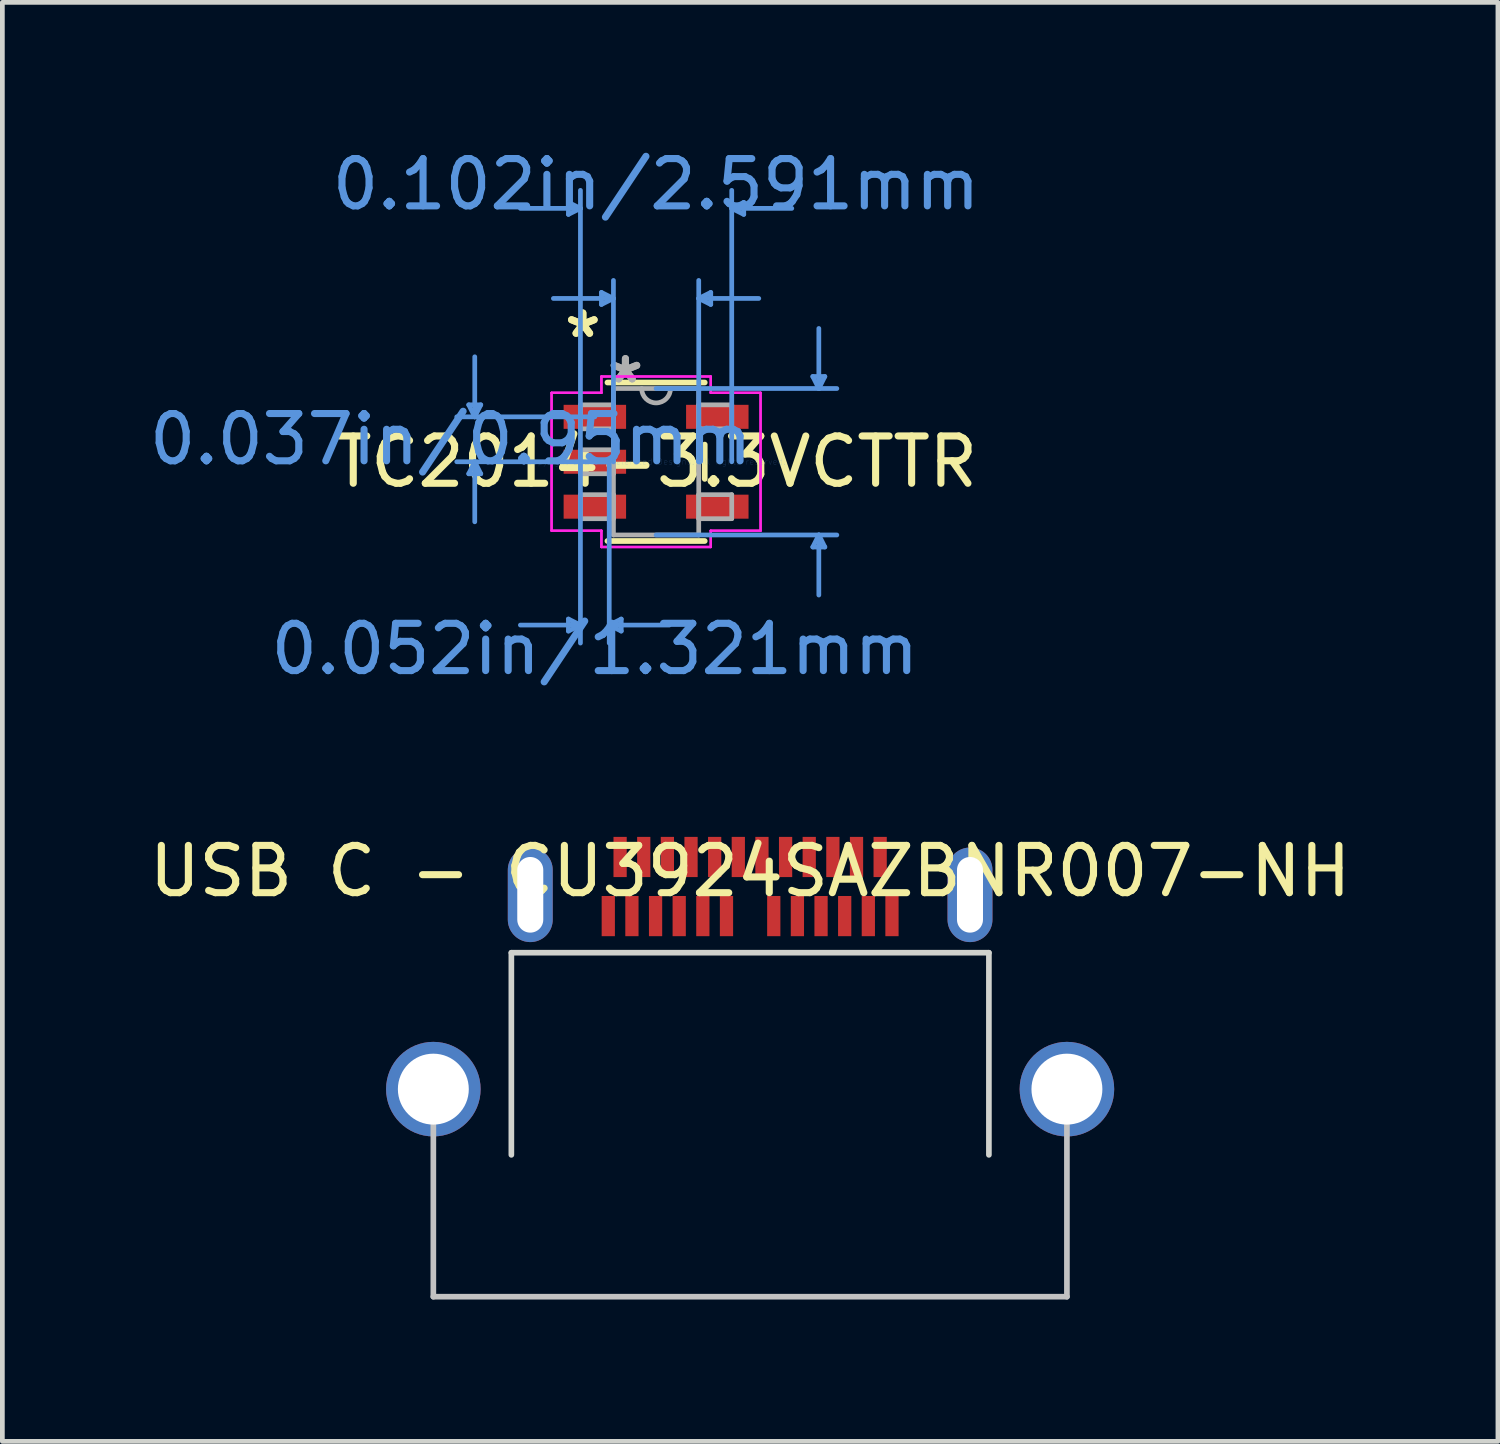
<source format=kicad_pcb>
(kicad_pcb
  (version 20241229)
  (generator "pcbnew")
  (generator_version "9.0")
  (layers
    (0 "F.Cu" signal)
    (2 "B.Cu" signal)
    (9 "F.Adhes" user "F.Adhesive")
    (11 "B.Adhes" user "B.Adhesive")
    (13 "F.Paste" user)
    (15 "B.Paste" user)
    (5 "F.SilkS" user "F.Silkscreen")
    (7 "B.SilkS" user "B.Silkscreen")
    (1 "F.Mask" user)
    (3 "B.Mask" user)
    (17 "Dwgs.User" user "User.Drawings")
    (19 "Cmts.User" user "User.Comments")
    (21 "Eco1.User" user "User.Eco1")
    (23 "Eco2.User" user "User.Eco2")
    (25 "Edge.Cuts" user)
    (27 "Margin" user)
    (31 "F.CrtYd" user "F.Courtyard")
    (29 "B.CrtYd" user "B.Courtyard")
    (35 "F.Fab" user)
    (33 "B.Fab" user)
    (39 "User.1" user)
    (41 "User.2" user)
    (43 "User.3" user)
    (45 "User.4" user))
  (footprint "TC2014-3.3VCTTR"
    (layer "F.Cu")
    (at 10.826 6.716)
    (property "Reference" "TC2014-3.3VCTTR" (at 0 0 0) (layer "F.SilkS") (effects (font (size 1 1) (thickness 0.15))))
    (attr through_hole)
    (fp_line (start -1.029 1.676) (end 1.029 1.676) (stroke (width 0.12) (type solid)) (layer "F.SilkS"))
    (fp_line (start 1.029 -1.676) (end -1.029 -1.676) (stroke (width 0.12) (type solid)) (layer "F.SilkS"))
    (fp_line (start 1.029 0.363) (end 1.029 -0.363) (stroke (width 0.12) (type solid)) (layer "F.SilkS"))
    (fp_line (start -3.962 -1.204) (end -3.708 -1.204) (stroke (width 0.1) (type solid)) (layer "Cmts.User"))
    (fp_line (start -3.962 0.254) (end -3.708 0.254) (stroke (width 0.1) (type solid)) (layer "Cmts.User"))
    (fp_line (start -3.835 -0.95) (end -3.962 -1.204) (stroke (width 0.1) (type solid)) (layer "Cmts.User"))
    (fp_line (start -3.835 -0.95) (end -3.835 -2.22) (stroke (width 0.1) (type solid)) (layer "Cmts.User"))
    (fp_line (start -3.835 -0.95) (end -3.708 -1.204) (stroke (width 0.1) (type solid)) (layer "Cmts.User"))
    (fp_line (start -3.835 0) (end -3.962 0.254) (stroke (width 0.1) (type solid)) (layer "Cmts.User"))
    (fp_line (start -3.835 0) (end -3.835 1.27) (stroke (width 0.1) (type solid)) (layer "Cmts.User"))
    (fp_line (start -3.835 0) (end -3.708 0.254) (stroke (width 0.1) (type solid)) (layer "Cmts.User"))
    (fp_line (start -1.854 -5.486) (end -1.854 -5.232) (stroke (width 0.1) (type solid)) (layer "Cmts.User"))
    (fp_line (start -1.854 3.327) (end -1.854 3.581) (stroke (width 0.1) (type solid)) (layer "Cmts.User"))
    (fp_line (start -1.6 -5.359) (end -2.87 -5.359) (stroke (width 0.1) (type solid)) (layer "Cmts.User"))
    (fp_line (start -1.6 -5.359) (end -1.854 -5.486) (stroke (width 0.1) (type solid)) (layer "Cmts.User"))
    (fp_line (start -1.6 -5.359) (end -1.854 -5.232) (stroke (width 0.1) (type solid)) (layer "Cmts.User"))
    (fp_line (start -1.6 0) (end -1.6 -5.74) (stroke (width 0.1) (type solid)) (layer "Cmts.User"))
    (fp_line (start -1.6 0) (end -1.6 3.835) (stroke (width 0.1) (type solid)) (layer "Cmts.User"))
    (fp_line (start -1.6 3.454) (end -2.87 3.454) (stroke (width 0.1) (type solid)) (layer "Cmts.User"))
    (fp_line (start -1.6 3.454) (end -1.854 3.327) (stroke (width 0.1) (type solid)) (layer "Cmts.User"))
    (fp_line (start -1.6 3.454) (end -1.854 3.581) (stroke (width 0.1) (type solid)) (layer "Cmts.User"))
    (fp_line (start -1.295 -0.95) (end -4.216 -0.95) (stroke (width 0.1) (type solid)) (layer "Cmts.User"))
    (fp_line (start -1.295 0) (end -4.216 0) (stroke (width 0.1) (type solid)) (layer "Cmts.User"))
    (fp_line (start -1.156 -3.581) (end -1.156 -3.327) (stroke (width 0.1) (type solid)) (layer "Cmts.User"))
    (fp_line (start -0.991 0) (end -0.991 3.835) (stroke (width 0.1) (type solid)) (layer "Cmts.User"))
    (fp_line (start -0.991 3.454) (end -0.737 3.327) (stroke (width 0.1) (type solid)) (layer "Cmts.User"))
    (fp_line (start -0.991 3.454) (end -0.737 3.581) (stroke (width 0.1) (type solid)) (layer "Cmts.User"))
    (fp_line (start -0.991 3.454) (end 0.279 3.454) (stroke (width 0.1) (type solid)) (layer "Cmts.User"))
    (fp_line (start -0.902 -3.454) (end -2.172 -3.454) (stroke (width 0.1) (type solid)) (layer "Cmts.User"))
    (fp_line (start -0.902 -3.454) (end -1.156 -3.581) (stroke (width 0.1) (type solid)) (layer "Cmts.User"))
    (fp_line (start -0.902 -3.454) (end -1.156 -3.327) (stroke (width 0.1) (type solid)) (layer "Cmts.User"))
    (fp_line (start -0.902 0) (end -0.902 -3.835) (stroke (width 0.1) (type solid)) (layer "Cmts.User"))
    (fp_line (start -0.737 3.327) (end -0.737 3.581) (stroke (width 0.1) (type solid)) (layer "Cmts.User"))
    (fp_line (start 0 -1.549) (end 3.823 -1.549) (stroke (width 0.1) (type solid)) (layer "Cmts.User"))
    (fp_line (start 0 1.549) (end 3.823 1.549) (stroke (width 0.1) (type solid)) (layer "Cmts.User"))
    (fp_line (start 0.902 -3.454) (end 1.156 -3.581) (stroke (width 0.1) (type solid)) (layer "Cmts.User"))
    (fp_line (start 0.902 -3.454) (end 1.156 -3.327) (stroke (width 0.1) (type solid)) (layer "Cmts.User"))
    (fp_line (start 0.902 -3.454) (end 2.172 -3.454) (stroke (width 0.1) (type solid)) (layer "Cmts.User"))
    (fp_line (start 0.902 0) (end 0.902 -3.835) (stroke (width 0.1) (type solid)) (layer "Cmts.User"))
    (fp_line (start 1.156 -3.581) (end 1.156 -3.327) (stroke (width 0.1) (type solid)) (layer "Cmts.User"))
    (fp_line (start 1.6 -5.359) (end 1.854 -5.486) (stroke (width 0.1) (type solid)) (layer "Cmts.User"))
    (fp_line (start 1.6 -5.359) (end 1.854 -5.232) (stroke (width 0.1) (type solid)) (layer "Cmts.User"))
    (fp_line (start 1.6 -5.359) (end 2.87 -5.359) (stroke (width 0.1) (type solid)) (layer "Cmts.User"))
    (fp_line (start 1.6 0) (end 1.6 -5.74) (stroke (width 0.1) (type solid)) (layer "Cmts.User"))
    (fp_line (start 1.854 -5.486) (end 1.854 -5.232) (stroke (width 0.1) (type solid)) (layer "Cmts.User"))
    (fp_line (start 3.315 -1.803) (end 3.569 -1.803) (stroke (width 0.1) (type solid)) (layer "Cmts.User"))
    (fp_line (start 3.315 1.803) (end 3.569 1.803) (stroke (width 0.1) (type solid)) (layer "Cmts.User"))
    (fp_line (start 3.442 -1.549) (end 3.315 -1.803) (stroke (width 0.1) (type solid)) (layer "Cmts.User"))
    (fp_line (start 3.442 -1.549) (end 3.442 -2.819) (stroke (width 0.1) (type solid)) (layer "Cmts.User"))
    (fp_line (start 3.442 -1.549) (end 3.569 -1.803) (stroke (width 0.1) (type solid)) (layer "Cmts.User"))
    (fp_line (start 3.442 1.549) (end 3.315 1.803) (stroke (width 0.1) (type solid)) (layer "Cmts.User"))
    (fp_line (start 3.442 1.549) (end 3.442 2.819) (stroke (width 0.1) (type solid)) (layer "Cmts.User"))
    (fp_line (start 3.442 1.549) (end 3.569 1.803) (stroke (width 0.1) (type solid)) (layer "Cmts.User"))
    (fp_line (start -2.21 -1.458) (end -1.156 -1.458) (stroke (width 0.05) (type solid)) (layer "F.CrtYd"))
    (fp_line (start -2.21 -1.458) (end -1.156 -1.458) (stroke (width 0.05) (type solid)) (layer "F.CrtYd"))
    (fp_line (start -2.21 1.458) (end -2.21 -1.458) (stroke (width 0.05) (type solid)) (layer "F.CrtYd"))
    (fp_line (start -2.21 1.458) (end -2.21 -1.458) (stroke (width 0.05) (type solid)) (layer "F.CrtYd"))
    (fp_line (start -1.156 -1.803) (end 1.156 -1.803) (stroke (width 0.05) (type solid)) (layer "F.CrtYd"))
    (fp_line (start -1.156 -1.803) (end 1.156 -1.803) (stroke (width 0.05) (type solid)) (layer "F.CrtYd"))
    (fp_line (start -1.156 -1.458) (end -1.156 -1.803) (stroke (width 0.05) (type solid)) (layer "F.CrtYd"))
    (fp_line (start -1.156 -1.458) (end -1.156 -1.803) (stroke (width 0.05) (type solid)) (layer "F.CrtYd"))
    (fp_line (start -1.156 1.458) (end -2.21 1.458) (stroke (width 0.05) (type solid)) (layer "F.CrtYd"))
    (fp_line (start -1.156 1.458) (end -2.21 1.458) (stroke (width 0.05) (type solid)) (layer "F.CrtYd"))
    (fp_line (start -1.156 1.803) (end -1.156 1.458) (stroke (width 0.05) (type solid)) (layer "F.CrtYd"))
    (fp_line (start -1.156 1.803) (end -1.156 1.458) (stroke (width 0.05) (type solid)) (layer "F.CrtYd"))
    (fp_line (start 1.156 -1.803) (end 1.156 -1.458) (stroke (width 0.05) (type solid)) (layer "F.CrtYd"))
    (fp_line (start 1.156 -1.803) (end 1.156 -1.458) (stroke (width 0.05) (type solid)) (layer "F.CrtYd"))
    (fp_line (start 1.156 -1.458) (end 2.21 -1.458) (stroke (width 0.05) (type solid)) (layer "F.CrtYd"))
    (fp_line (start 1.156 -1.458) (end 2.21 -1.458) (stroke (width 0.05) (type solid)) (layer "F.CrtYd"))
    (fp_line (start 1.156 1.458) (end 1.156 1.803) (stroke (width 0.05) (type solid)) (layer "F.CrtYd"))
    (fp_line (start 1.156 1.458) (end 1.156 1.803) (stroke (width 0.05) (type solid)) (layer "F.CrtYd"))
    (fp_line (start 1.156 1.803) (end -1.156 1.803) (stroke (width 0.05) (type solid)) (layer "F.CrtYd"))
    (fp_line (start 1.156 1.803) (end -1.156 1.803) (stroke (width 0.05) (type solid)) (layer "F.CrtYd"))
    (fp_line (start 2.21 -1.458) (end 2.21 1.458) (stroke (width 0.05) (type solid)) (layer "F.CrtYd"))
    (fp_line (start 2.21 -1.458) (end 2.21 1.458) (stroke (width 0.05) (type solid)) (layer "F.CrtYd"))
    (fp_line (start 2.21 1.458) (end 1.156 1.458) (stroke (width 0.05) (type solid)) (layer "F.CrtYd"))
    (fp_line (start 2.21 1.458) (end 1.156 1.458) (stroke (width 0.05) (type solid)) (layer "F.CrtYd"))
    (fp_line (start -1.6 -1.204) (end -1.6 -0.696) (stroke (width 0.1) (type solid)) (layer "F.Fab"))
    (fp_line (start -1.6 -0.696) (end -0.902 -0.696) (stroke (width 0.1) (type solid)) (layer "F.Fab"))
    (fp_line (start -1.6 -0.254) (end -1.6 0.254) (stroke (width 0.1) (type solid)) (layer "F.Fab"))
    (fp_line (start -1.6 0.254) (end -0.902 0.254) (stroke (width 0.1) (type solid)) (layer "F.Fab"))
    (fp_line (start -1.6 0.696) (end -1.6 1.204) (stroke (width 0.1) (type solid)) (layer "F.Fab"))
    (fp_line (start -1.6 1.204) (end -0.902 1.204) (stroke (width 0.1) (type solid)) (layer "F.Fab"))
    (fp_line (start -0.902 -1.549) (end -0.902 1.549) (stroke (width 0.1) (type solid)) (layer "F.Fab"))
    (fp_line (start -0.902 -1.204) (end -1.6 -1.204) (stroke (width 0.1) (type solid)) (layer "F.Fab"))
    (fp_line (start -0.902 -0.696) (end -0.902 -1.204) (stroke (width 0.1) (type solid)) (layer "F.Fab"))
    (fp_line (start -0.902 -0.254) (end -1.6 -0.254) (stroke (width 0.1) (type solid)) (layer "F.Fab"))
    (fp_line (start -0.902 0.254) (end -0.902 -0.254) (stroke (width 0.1) (type solid)) (layer "F.Fab"))
    (fp_line (start -0.902 0.696) (end -1.6 0.696) (stroke (width 0.1) (type solid)) (layer "F.Fab"))
    (fp_line (start -0.902 1.204) (end -0.902 0.696) (stroke (width 0.1) (type solid)) (layer "F.Fab"))
    (fp_line (start -0.902 1.549) (end 0.902 1.549) (stroke (width 0.1) (type solid)) (layer "F.Fab"))
    (fp_line (start 0.902 -1.549) (end -0.902 -1.549) (stroke (width 0.1) (type solid)) (layer "F.Fab"))
    (fp_line (start 0.902 -1.204) (end 0.902 -0.696) (stroke (width 0.1) (type solid)) (layer "F.Fab"))
    (fp_line (start 0.902 -0.696) (end 1.6 -0.696) (stroke (width 0.1) (type solid)) (layer "F.Fab"))
    (fp_line (start 0.902 0.696) (end 0.902 1.204) (stroke (width 0.1) (type solid)) (layer "F.Fab"))
    (fp_line (start 0.902 1.204) (end 1.6 1.204) (stroke (width 0.1) (type solid)) (layer "F.Fab"))
    (fp_line (start 0.902 1.549) (end 0.902 -1.549) (stroke (width 0.1) (type solid)) (layer "F.Fab"))
    (fp_line (start 1.6 -1.204) (end 0.902 -1.204) (stroke (width 0.1) (type solid)) (layer "F.Fab"))
    (fp_line (start 1.6 -0.696) (end 1.6 -1.204) (stroke (width 0.1) (type solid)) (layer "F.Fab"))
    (fp_line (start 1.6 0.696) (end 0.902 0.696) (stroke (width 0.1) (type solid)) (layer "F.Fab"))
    (fp_line (start 1.6 1.204) (end 1.6 0.696) (stroke (width 0.1) (type solid)) (layer "F.Fab"))
    (fp_arc (start 0.3048 -1.5494) (mid 0 -1.2446) (end -0.3048 -1.5494) (stroke (width 0.1) (type solid)) (layer "F.Fab"))
    (fp_text user "*" (at -1.549 -2.601 0) (layer "F.SilkS") (effects (font (size 1 1) (thickness 0.15))))
    (fp_text user "*" (at -1.549 -2.601 0) (layer "F.SilkS") (effects (font (size 1 1) (thickness 0.15))))
    (fp_text user "0.037in/0.95mm" (at -4.343 -0.475 0) (layer "Cmts.User") (effects (font (size 1 1) (thickness 0.15))))
    (fp_text user "0.052in/1.321mm" (at -1.295 3.962 0) (layer "Cmts.User") (effects (font (size 1 1) (thickness 0.15))))
    (fp_text user "Copyright 2021 Accelerated Designs. All rights reserved." (at 0 0 0) (layer "Cmts.User") (effects (font (size 0.127 0.127) (thickness 0.002))))
    (fp_text user "0.102in/2.591mm" (at 0 -5.867 0) (layer "Cmts.User") (effects (font (size 1 1) (thickness 0.15))))
    (fp_text user "*" (at -0.648 -1.636 0) (layer "F.Fab") (effects (font (size 1 1) (thickness 0.15))))
    (fp_text user "*" (at -0.648 -1.636 0) (layer "F.Fab") (effects (font (size 1 1) (thickness 0.15))))
    (pad "1" smd rect (at -1.295 -0.95) (size 1.321 0.508) (layers "F.Cu" "F.Mask" "F.Paste"))
    (pad "2" smd rect (at -1.295 0) (size 1.321 0.508) (layers "F.Cu" "F.Mask" "F.Paste"))
    (pad "3" smd rect (at -1.295 0.95) (size 1.321 0.508) (layers "F.Cu" "F.Mask" "F.Paste"))
    (pad "4" smd rect (at 1.295 0.95) (size 1.321 0.508) (layers "F.Cu" "F.Mask" "F.Paste"))
    (pad "5" smd rect (at 1.295 -0.95) (size 1.321 0.508) (layers "F.Cu" "F.Mask" "F.Paste")))
  (footprint "USB C - CU3924SAZBNR007-NH"
    (layer "F.Cu")
    (at 12.815 15.875)
    (property "Reference" "USB C - CU3924SAZBNR007-NH" (at 0 -0.5 0) (unlocked yes) (layer "F.SilkS") (effects (font (size 1 1) (thickness 0.15))))
    (attr smd)
    (fp_line (start -6.7 4.1) (end -6.7 8.5) (stroke (width 0.12) (type solid)) (layer "Dwgs.User"))
    (fp_line (start -6.7 8.5) (end 6.7 8.5) (stroke (width 0.12) (type solid)) (layer "Dwgs.User"))
    (fp_line (start 6.7 8.5) (end 6.7 4.1) (stroke (width 0.12) (type solid)) (layer "Dwgs.User"))
    (fp_line (start -5.05 1.225) (end -5.05 5.5) (stroke (width 0.12) (type solid)) (layer "Edge.Cuts"))
    (fp_line (start 5.05 1.225) (end -5.05 1.225) (stroke (width 0.12) (type solid)) (layer "Edge.Cuts"))
    (fp_line (start 5.05 5.5) (end 5.05 1.225) (stroke (width 0.12) (type solid)) (layer "Edge.Cuts"))
    (pad "" np_thru_hole circle (at -6.7 4.11) (size 2 2) (drill 1.5) (layers "*.Cu" "*.Mask"))
    (pad "" np_thru_hole circle (at 6.7 4.11) (size 2 2) (drill 1.5) (layers "*.Cu" "*.Mask"))
    (pad "A1" smd rect (at -2.75 -0.8) (size 0.28 0.85) (layers "F.Cu" "F.Mask" "F.Paste"))
    (pad "A2" smd rect (at -2.25 -0.8) (size 0.28 0.85) (layers "F.Cu" "F.Mask" "F.Paste"))
    (pad "A3" smd rect (at -1.75 -0.8) (size 0.28 0.85) (layers "F.Cu" "F.Mask" "F.Paste"))
    (pad "A4" smd rect (at -1.25 -0.8) (size 0.28 0.85) (layers "F.Cu" "F.Mask" "F.Paste"))
    (pad "A5" smd rect (at -0.75 -0.8) (size 0.28 0.85) (layers "F.Cu" "F.Mask" "F.Paste"))
    (pad "A6" smd rect (at -0.25 -0.8) (size 0.28 0.85) (layers "F.Cu" "F.Mask" "F.Paste"))
    (pad "A7" smd rect (at 0.25 -0.8) (size 0.28 0.85) (layers "F.Cu" "F.Mask" "F.Paste"))
    (pad "A8" smd rect (at 0.75 -0.8) (size 0.28 0.85) (layers "F.Cu" "F.Mask" "F.Paste"))
    (pad "A9" smd rect (at 1.25 -0.8) (size 0.28 0.85) (layers "F.Cu" "F.Mask" "F.Paste"))
    (pad "A10" smd rect (at 1.75 -0.8) (size 0.28 0.85) (layers "F.Cu" "F.Mask" "F.Paste"))
    (pad "A11" smd rect (at 2.25 -0.8) (size 0.28 0.85) (layers "F.Cu" "F.Mask" "F.Paste"))
    (pad "A12" smd rect (at 2.75 -0.8) (size 0.28 0.85) (layers "F.Cu" "F.Mask" "F.Paste"))
    (pad "B1" smd rect (at 3 0.45 180) (size 0.28 0.85) (layers "F.Cu" "F.Mask" "F.Paste"))
    (pad "B2" smd rect (at 2.5 0.45 180) (size 0.28 0.85) (layers "F.Cu" "F.Mask" "F.Paste"))
    (pad "B3" smd rect (at 2 0.45 180) (size 0.28 0.85) (layers "F.Cu" "F.Mask" "F.Paste"))
    (pad "B4" smd rect (at 1.5 0.45 180) (size 0.28 0.85) (layers "F.Cu" "F.Mask" "F.Paste"))
    (pad "B5" smd rect (at 1 0.45 180) (size 0.28 0.85) (layers "F.Cu" "F.Mask" "F.Paste"))
    (pad "B6" smd rect (at 0.5 0.45 180) (size 0.28 0.85) (layers "F.Cu" "F.Mask" "F.Paste"))
    (pad "B7" smd rect (at -0.5 0.45 180) (size 0.28 0.85) (layers "F.Cu" "F.Mask" "F.Paste"))
    (pad "B8" smd rect (at -1 0.45 180) (size 0.28 0.85) (layers "F.Cu" "F.Mask" "F.Paste"))
    (pad "B9" smd rect (at -1.5 0.45 180) (size 0.28 0.85) (layers "F.Cu" "F.Mask" "F.Paste"))
    (pad "B10" smd rect (at -2 0.45 180) (size 0.28 0.85) (layers "F.Cu" "F.Mask" "F.Paste"))
    (pad "B11" smd rect (at -2.5 0.45 180) (size 0.28 0.85) (layers "F.Cu" "F.Mask" "F.Paste"))
    (pad "B12" smd rect (at -3 0.45 180) (size 0.28 0.85) (layers "F.Cu" "F.Mask" "F.Paste"))
    (pad "S1" thru_hole oval (at -4.65 0) (size 0.95 2) (drill oval 0.55 1.6) (layers "*.Cu" "*.Mask"))
    (pad "S1" thru_hole oval (at 4.65 0) (size 0.95 2) (drill oval 0.55 1.6) (layers "*.Cu" "*.Mask")))
  (gr_rect
    (start -3 -3)
    (end 28.631 27.435)
    (stroke (width 0.1) (type default))
    (fill no)
    (layer "Edge.Cuts")))
</source>
